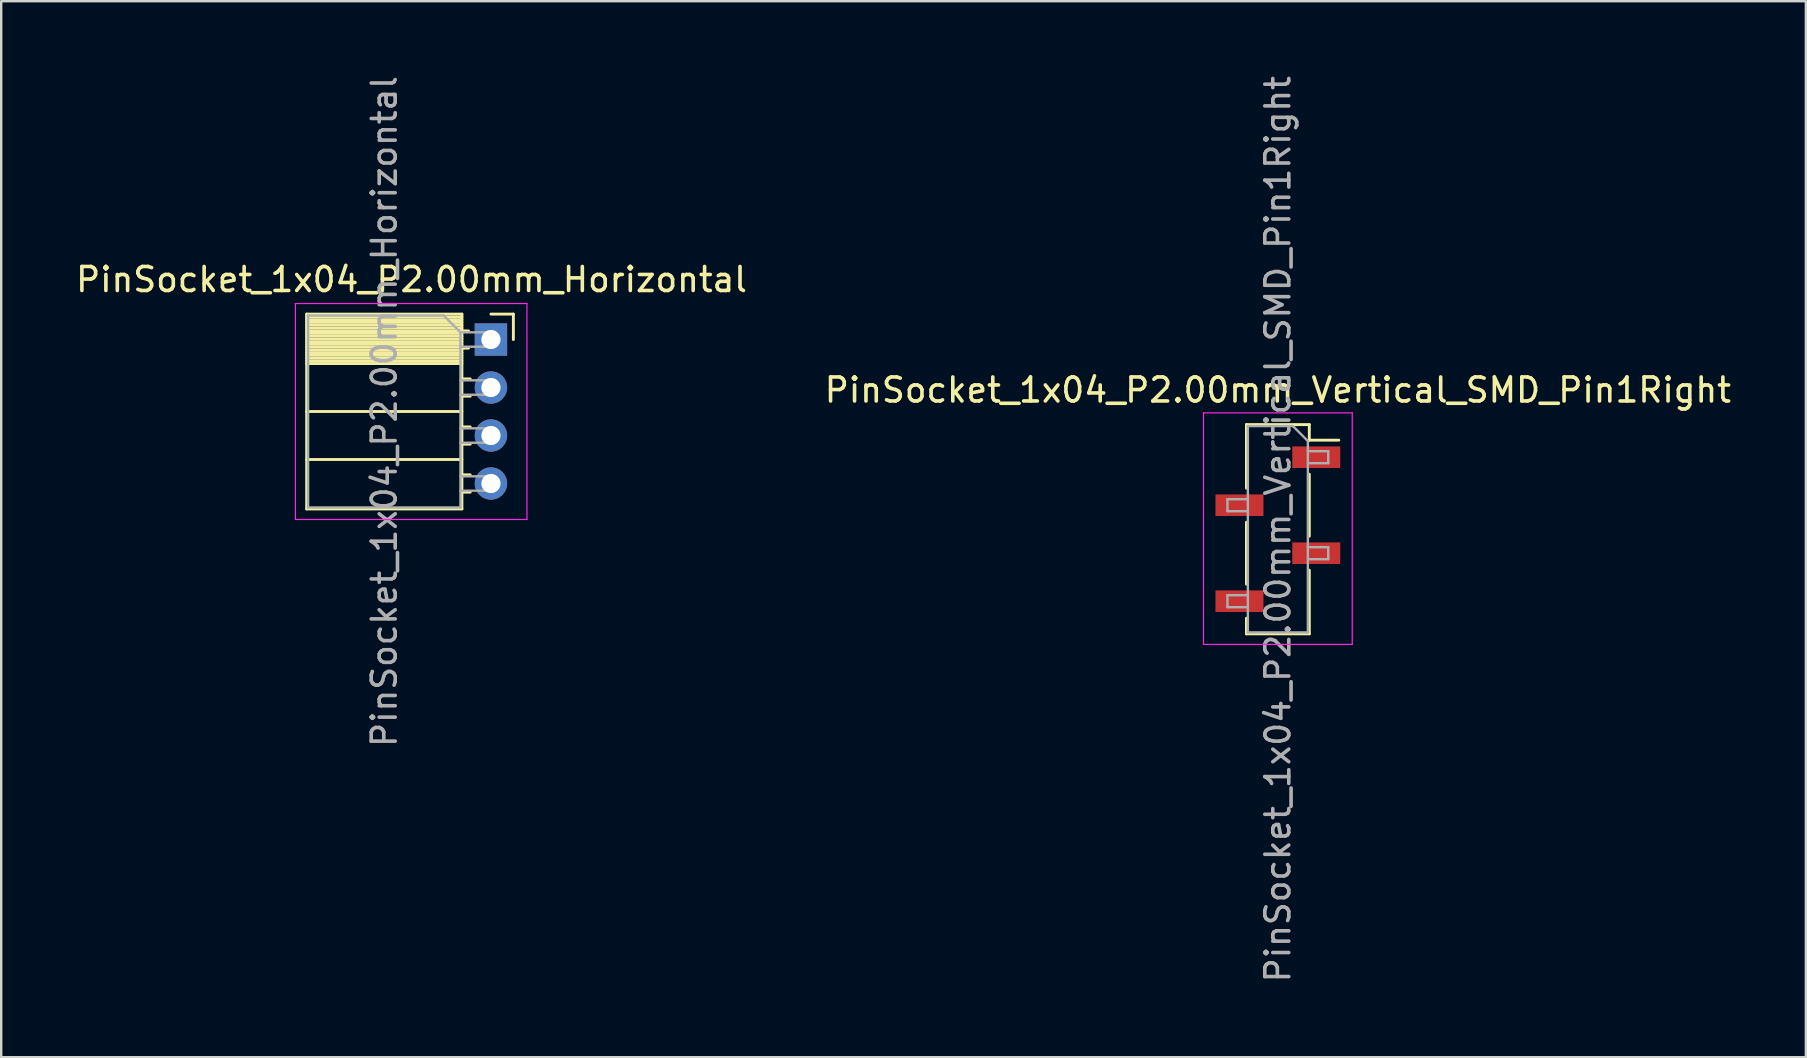
<source format=kicad_pcb>
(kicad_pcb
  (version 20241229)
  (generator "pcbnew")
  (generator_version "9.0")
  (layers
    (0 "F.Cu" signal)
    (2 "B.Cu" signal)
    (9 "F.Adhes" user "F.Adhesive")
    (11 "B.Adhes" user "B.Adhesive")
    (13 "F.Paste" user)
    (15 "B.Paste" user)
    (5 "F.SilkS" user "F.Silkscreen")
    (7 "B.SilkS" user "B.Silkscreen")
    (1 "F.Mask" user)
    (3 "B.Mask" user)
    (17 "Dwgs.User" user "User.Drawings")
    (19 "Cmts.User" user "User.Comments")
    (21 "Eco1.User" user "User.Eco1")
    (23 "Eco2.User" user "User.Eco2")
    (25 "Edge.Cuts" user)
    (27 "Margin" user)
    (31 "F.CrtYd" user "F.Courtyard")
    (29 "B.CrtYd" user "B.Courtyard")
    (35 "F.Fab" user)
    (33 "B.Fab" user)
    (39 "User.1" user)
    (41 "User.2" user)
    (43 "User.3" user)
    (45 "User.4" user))
  (footprint "PinSocket_1x04_P2.00mm_Horizontal"
    (layer "F.Cu")
    (at 17.411 11.101)
    (property "Reference" "PinSocket_1x04_P2.00mm_Horizontal" (at -3.31 -2.5 0) (layer "F.SilkS") (effects (font (size 1 1) (thickness 0.15))))
    (attr through_hole)
    (fp_line (start -7.68 -1.06) (end -7.68 7.06) (stroke (width 0.12) (type solid)) (layer "F.SilkS"))
    (fp_line (start -7.68 -1.06) (end -1.21 -1.06) (stroke (width 0.12) (type solid)) (layer "F.SilkS"))
    (fp_line (start -7.68 -0.94) (end -1.21 -0.94) (stroke (width 0.12) (type solid)) (layer "F.SilkS"))
    (fp_line (start -7.68 -0.826) (end -1.21 -0.826) (stroke (width 0.12) (type solid)) (layer "F.SilkS"))
    (fp_line (start -7.68 -0.712) (end -1.21 -0.712) (stroke (width 0.12) (type solid)) (layer "F.SilkS"))
    (fp_line (start -7.68 -0.598) (end -1.21 -0.598) (stroke (width 0.12) (type solid)) (layer "F.SilkS"))
    (fp_line (start -7.68 -0.484) (end -1.21 -0.484) (stroke (width 0.12) (type solid)) (layer "F.SilkS"))
    (fp_line (start -7.68 -0.369) (end -1.21 -0.369) (stroke (width 0.12) (type solid)) (layer "F.SilkS"))
    (fp_line (start -7.68 -0.255) (end -1.21 -0.255) (stroke (width 0.12) (type solid)) (layer "F.SilkS"))
    (fp_line (start -7.68 -0.141) (end -1.21 -0.141) (stroke (width 0.12) (type solid)) (layer "F.SilkS"))
    (fp_line (start -7.68 -0.027) (end -1.21 -0.027) (stroke (width 0.12) (type solid)) (layer "F.SilkS"))
    (fp_line (start -7.68 0.087) (end -1.21 0.087) (stroke (width 0.12) (type solid)) (layer "F.SilkS"))
    (fp_line (start -7.68 0.201) (end -1.21 0.201) (stroke (width 0.12) (type solid)) (layer "F.SilkS"))
    (fp_line (start -7.68 0.315) (end -1.21 0.315) (stroke (width 0.12) (type solid)) (layer "F.SilkS"))
    (fp_line (start -7.68 0.429) (end -1.21 0.429) (stroke (width 0.12) (type solid)) (layer "F.SilkS"))
    (fp_line (start -7.68 0.544) (end -1.21 0.544) (stroke (width 0.12) (type solid)) (layer "F.SilkS"))
    (fp_line (start -7.68 0.658) (end -1.21 0.658) (stroke (width 0.12) (type solid)) (layer "F.SilkS"))
    (fp_line (start -7.68 0.772) (end -1.21 0.772) (stroke (width 0.12) (type solid)) (layer "F.SilkS"))
    (fp_line (start -7.68 0.886) (end -1.21 0.886) (stroke (width 0.12) (type solid)) (layer "F.SilkS"))
    (fp_line (start -7.68 1) (end -1.21 1) (stroke (width 0.12) (type solid)) (layer "F.SilkS"))
    (fp_line (start -7.68 3) (end -1.21 3) (stroke (width 0.12) (type solid)) (layer "F.SilkS"))
    (fp_line (start -7.68 5) (end -1.21 5) (stroke (width 0.12) (type solid)) (layer "F.SilkS"))
    (fp_line (start -7.68 7.06) (end -1.21 7.06) (stroke (width 0.12) (type solid)) (layer "F.SilkS"))
    (fp_line (start -1.21 -1.06) (end -1.21 7.06) (stroke (width 0.12) (type solid)) (layer "F.SilkS"))
    (fp_line (start -1.21 -0.36) (end -0.935 -0.36) (stroke (width 0.12) (type solid)) (layer "F.SilkS"))
    (fp_line (start -1.21 0.36) (end -0.935 0.36) (stroke (width 0.12) (type solid)) (layer "F.SilkS"))
    (fp_line (start -1.21 1.64) (end -0.863 1.64) (stroke (width 0.12) (type solid)) (layer "F.SilkS"))
    (fp_line (start -1.21 2.36) (end -0.863 2.36) (stroke (width 0.12) (type solid)) (layer "F.SilkS"))
    (fp_line (start -1.21 3.64) (end -0.863 3.64) (stroke (width 0.12) (type solid)) (layer "F.SilkS"))
    (fp_line (start -1.21 4.36) (end -0.863 4.36) (stroke (width 0.12) (type solid)) (layer "F.SilkS"))
    (fp_line (start -1.21 5.64) (end -0.863 5.64) (stroke (width 0.12) (type solid)) (layer "F.SilkS"))
    (fp_line (start -1.21 6.36) (end -0.863 6.36) (stroke (width 0.12) (type solid)) (layer "F.SilkS"))
    (fp_line (start 0 -1.06) (end 0.935 -1.06) (stroke (width 0.12) (type solid)) (layer "F.SilkS"))
    (fp_line (start 0.935 -1.06) (end 0.935 0) (stroke (width 0.12) (type solid)) (layer "F.SilkS"))
    (fp_line (start -8.15 -1.5) (end -8.15 7.5) (stroke (width 0.05) (type solid)) (layer "F.CrtYd"))
    (fp_line (start -8.15 7.5) (end 1.5 7.5) (stroke (width 0.05) (type solid)) (layer "F.CrtYd"))
    (fp_line (start 1.5 -1.5) (end -8.15 -1.5) (stroke (width 0.05) (type solid)) (layer "F.CrtYd"))
    (fp_line (start 1.5 7.5) (end 1.5 -1.5) (stroke (width 0.05) (type solid)) (layer "F.CrtYd"))
    (fp_line (start -7.62 -1) (end -1.97 -1) (stroke (width 0.1) (type solid)) (layer "F.Fab"))
    (fp_line (start -7.62 7) (end -7.62 -1) (stroke (width 0.1) (type solid)) (layer "F.Fab"))
    (fp_line (start -1.97 -1) (end -1.27 -0.3) (stroke (width 0.1) (type solid)) (layer "F.Fab"))
    (fp_line (start -1.27 -0.3) (end -1.27 7) (stroke (width 0.1) (type solid)) (layer "F.Fab"))
    (fp_line (start -1.27 0.3) (end 0 0.3) (stroke (width 0.1) (type solid)) (layer "F.Fab"))
    (fp_line (start -1.27 2.3) (end 0 2.3) (stroke (width 0.1) (type solid)) (layer "F.Fab"))
    (fp_line (start -1.27 4.3) (end 0 4.3) (stroke (width 0.1) (type solid)) (layer "F.Fab"))
    (fp_line (start -1.27 6.3) (end 0 6.3) (stroke (width 0.1) (type solid)) (layer "F.Fab"))
    (fp_line (start -1.27 7) (end -7.62 7) (stroke (width 0.1) (type solid)) (layer "F.Fab"))
    (fp_line (start 0 -0.3) (end -1.27 -0.3) (stroke (width 0.1) (type solid)) (layer "F.Fab"))
    (fp_line (start 0 0.3) (end 0 -0.3) (stroke (width 0.1) (type solid)) (layer "F.Fab"))
    (fp_line (start 0 1.7) (end -1.27 1.7) (stroke (width 0.1) (type solid)) (layer "F.Fab"))
    (fp_line (start 0 2.3) (end 0 1.7) (stroke (width 0.1) (type solid)) (layer "F.Fab"))
    (fp_line (start 0 3.7) (end -1.27 3.7) (stroke (width 0.1) (type solid)) (layer "F.Fab"))
    (fp_line (start 0 4.3) (end 0 3.7) (stroke (width 0.1) (type solid)) (layer "F.Fab"))
    (fp_line (start 0 5.7) (end -1.27 5.7) (stroke (width 0.1) (type solid)) (layer "F.Fab"))
    (fp_line (start 0 6.3) (end 0 5.7) (stroke (width 0.1) (type solid)) (layer "F.Fab"))
    (fp_text user "${REFERENCE}" (at -4.445 3 90) (layer "F.Fab") (effects (font (size 1 1) (thickness 0.15))))
    (pad "1" thru_hole rect (at 0 0) (size 1.35 1.35) (drill 0.8) (layers "*.Cu" "*.Mask"))
    (pad "2" thru_hole oval (at 0 2) (size 1.35 1.35) (drill 0.8) (layers "*.Cu" "*.Mask"))
    (pad "3" thru_hole oval (at 0 4) (size 1.35 1.35) (drill 0.8) (layers "*.Cu" "*.Mask"))
    (pad "4" thru_hole oval (at 0 6) (size 1.35 1.35) (drill 0.8) (layers "*.Cu" "*.Mask")))
  (footprint "PinSocket_1x04_P2.00mm_Vertical_SMD_Pin1Right"
    (layer "F.Cu")
    (at 50.208 19.006)
    (property "Reference" "PinSocket_1x04_P2.00mm_Vertical_SMD_Pin1Right" (at 0 -5.8 0) (layer "F.SilkS") (effects (font (size 1 1) (thickness 0.15))))
    (attr smd)
    (fp_line (start -1.31 -4.36) (end -1.31 -1.71) (stroke (width 0.12) (type solid)) (layer "F.SilkS"))
    (fp_line (start -1.31 -4.36) (end 1.31 -4.36) (stroke (width 0.12) (type solid)) (layer "F.SilkS"))
    (fp_line (start -1.31 -0.29) (end -1.31 2.29) (stroke (width 0.12) (type solid)) (layer "F.SilkS"))
    (fp_line (start -1.31 3.71) (end -1.31 4.36) (stroke (width 0.12) (type solid)) (layer "F.SilkS"))
    (fp_line (start -1.31 4.36) (end 1.31 4.36) (stroke (width 0.12) (type solid)) (layer "F.SilkS"))
    (fp_line (start 1.31 -4.36) (end 1.31 -3.71) (stroke (width 0.12) (type solid)) (layer "F.SilkS"))
    (fp_line (start 1.31 -3.71) (end 2.54 -3.71) (stroke (width 0.12) (type solid)) (layer "F.SilkS"))
    (fp_line (start 1.31 -2.29) (end 1.31 0.29) (stroke (width 0.12) (type solid)) (layer "F.SilkS"))
    (fp_line (start 1.31 1.71) (end 1.31 4.36) (stroke (width 0.12) (type solid)) (layer "F.SilkS"))
    (fp_line (start -3.1 -4.85) (end 3.1 -4.85) (stroke (width 0.05) (type solid)) (layer "F.CrtYd"))
    (fp_line (start -3.1 4.8) (end -3.1 -4.85) (stroke (width 0.05) (type solid)) (layer "F.CrtYd"))
    (fp_line (start 3.1 -4.85) (end 3.1 4.8) (stroke (width 0.05) (type solid)) (layer "F.CrtYd"))
    (fp_line (start 3.1 4.8) (end -3.1 4.8) (stroke (width 0.05) (type solid)) (layer "F.CrtYd"))
    (fp_line (start -2.1 -1.25) (end -1.25 -1.25) (stroke (width 0.1) (type solid)) (layer "F.Fab"))
    (fp_line (start -2.1 -0.75) (end -2.1 -1.25) (stroke (width 0.1) (type solid)) (layer "F.Fab"))
    (fp_line (start -2.1 2.75) (end -1.25 2.75) (stroke (width 0.1) (type solid)) (layer "F.Fab"))
    (fp_line (start -2.1 3.25) (end -2.1 2.75) (stroke (width 0.1) (type solid)) (layer "F.Fab"))
    (fp_line (start -1.25 -4.3) (end 0.625 -4.3) (stroke (width 0.1) (type solid)) (layer "F.Fab"))
    (fp_line (start -1.25 -0.75) (end -2.1 -0.75) (stroke (width 0.1) (type solid)) (layer "F.Fab"))
    (fp_line (start -1.25 3.25) (end -2.1 3.25) (stroke (width 0.1) (type solid)) (layer "F.Fab"))
    (fp_line (start -1.25 4.3) (end -1.25 -4.3) (stroke (width 0.1) (type solid)) (layer "F.Fab"))
    (fp_line (start 0.625 -4.3) (end 1.25 -3.675) (stroke (width 0.1) (type solid)) (layer "F.Fab"))
    (fp_line (start 1.25 -3.675) (end 1.25 4.3) (stroke (width 0.1) (type solid)) (layer "F.Fab"))
    (fp_line (start 1.25 -3.25) (end 2.1 -3.25) (stroke (width 0.1) (type solid)) (layer "F.Fab"))
    (fp_line (start 1.25 0.75) (end 2.1 0.75) (stroke (width 0.1) (type solid)) (layer "F.Fab"))
    (fp_line (start 1.25 4.3) (end -1.25 4.3) (stroke (width 0.1) (type solid)) (layer "F.Fab"))
    (fp_line (start 2.1 -3.25) (end 2.1 -2.75) (stroke (width 0.1) (type solid)) (layer "F.Fab"))
    (fp_line (start 2.1 -2.75) (end 1.25 -2.75) (stroke (width 0.1) (type solid)) (layer "F.Fab"))
    (fp_line (start 2.1 0.75) (end 2.1 1.25) (stroke (width 0.1) (type solid)) (layer "F.Fab"))
    (fp_line (start 2.1 1.25) (end 1.25 1.25) (stroke (width 0.1) (type solid)) (layer "F.Fab"))
    (fp_text user "${REFERENCE}" (at 0 0 90) (layer "F.Fab") (effects (font (size 1 1) (thickness 0.15))))
    (pad "1" smd rect (at 1.6 -3) (size 2 0.9) (layers "F.Cu" "F.Mask" "F.Paste"))
    (pad "2" smd rect (at -1.6 -1) (size 2 0.9) (layers "F.Cu" "F.Mask" "F.Paste"))
    (pad "3" smd rect (at 1.6 1) (size 2 0.9) (layers "F.Cu" "F.Mask" "F.Paste"))
    (pad "4" smd rect (at -1.6 3) (size 2 0.9) (layers "F.Cu" "F.Mask" "F.Paste")))
  (gr_rect
    (start -3 -3)
    (end 72.214 41.012)
    (stroke (width 0.1) (type default))
    (fill no)
    (layer "Edge.Cuts")))
</source>
